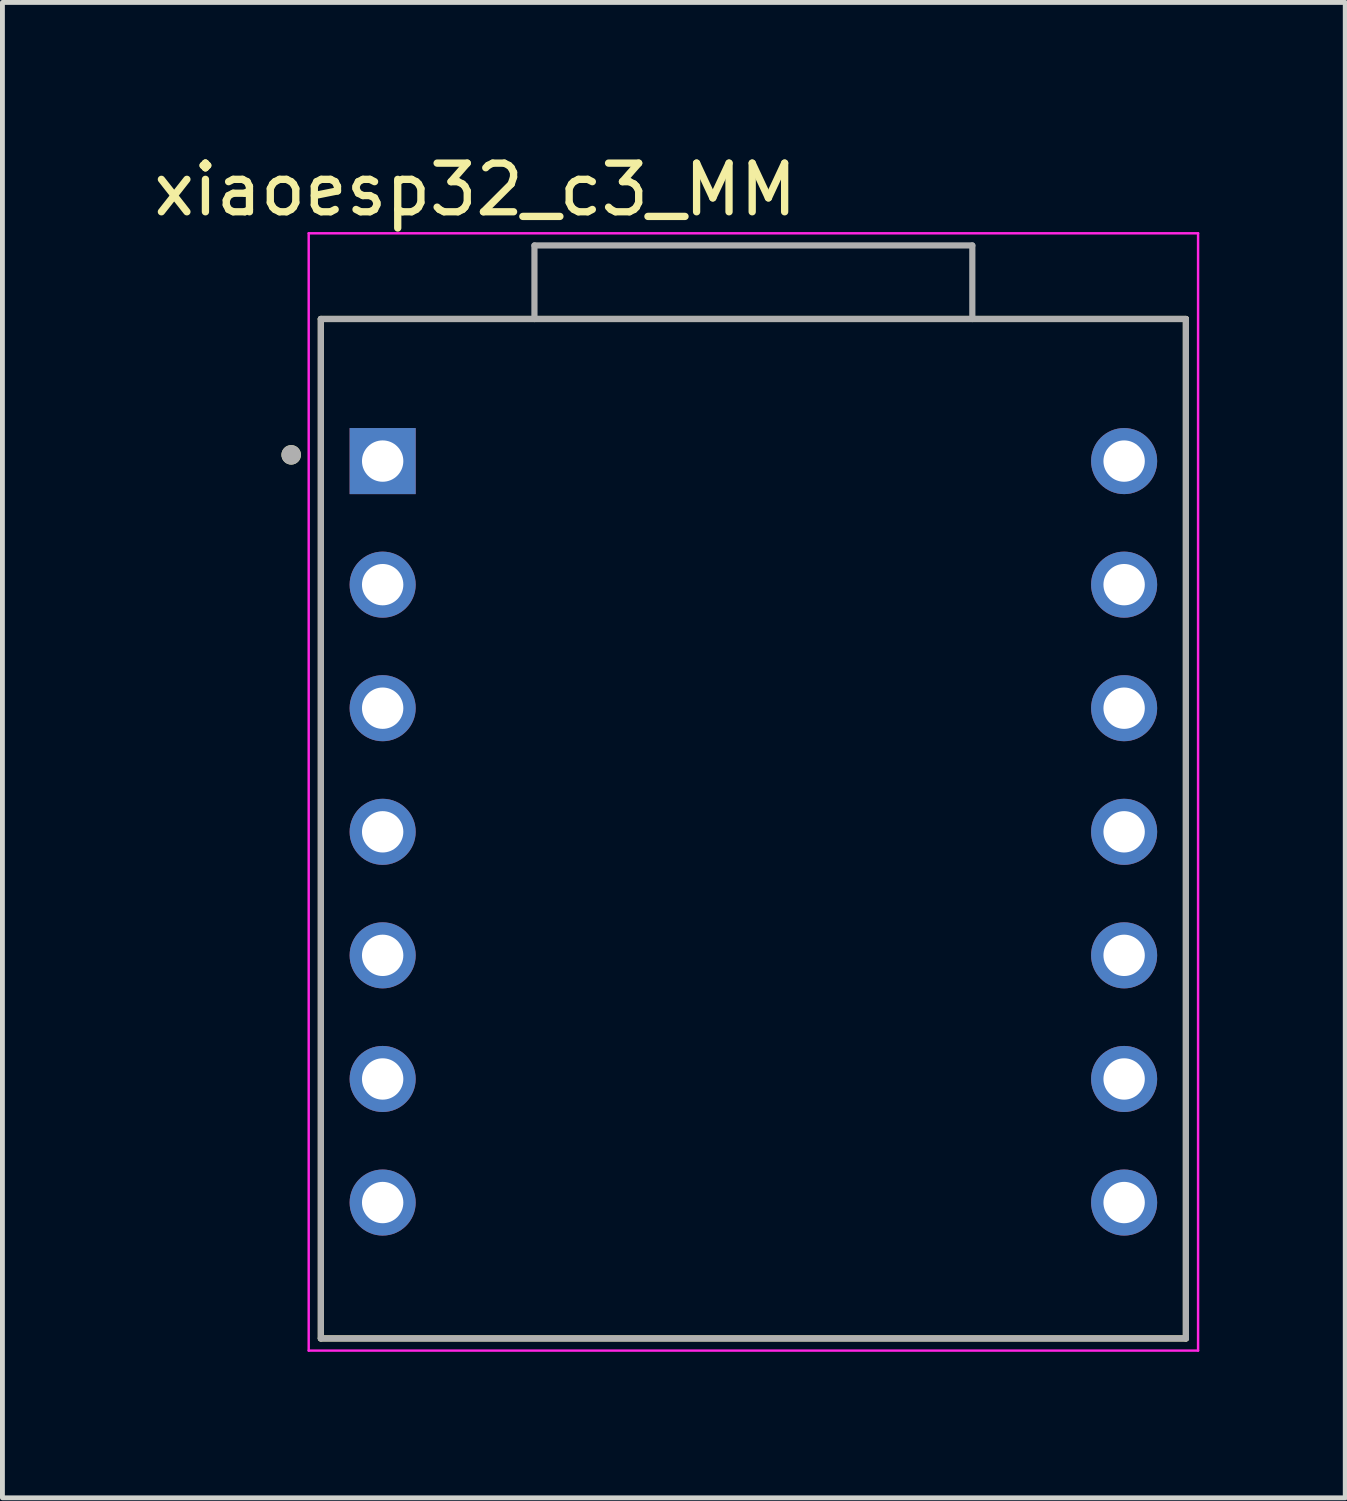
<source format=kicad_pcb>
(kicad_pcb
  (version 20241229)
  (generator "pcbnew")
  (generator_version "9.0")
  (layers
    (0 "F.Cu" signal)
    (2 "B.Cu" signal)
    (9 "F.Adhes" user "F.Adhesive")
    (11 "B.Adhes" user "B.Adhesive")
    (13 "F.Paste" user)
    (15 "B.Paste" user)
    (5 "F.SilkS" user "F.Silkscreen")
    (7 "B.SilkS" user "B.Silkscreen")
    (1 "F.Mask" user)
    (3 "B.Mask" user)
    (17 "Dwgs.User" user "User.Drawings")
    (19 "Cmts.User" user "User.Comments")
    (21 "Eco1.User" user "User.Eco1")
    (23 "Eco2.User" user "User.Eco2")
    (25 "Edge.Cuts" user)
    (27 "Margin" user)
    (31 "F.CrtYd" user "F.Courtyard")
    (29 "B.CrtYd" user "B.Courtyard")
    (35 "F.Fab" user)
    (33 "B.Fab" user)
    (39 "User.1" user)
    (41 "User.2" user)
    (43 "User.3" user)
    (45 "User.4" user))
  (footprint "xiaoesp32_c3_MM"
    (layer "F.Cu")
    (at 12.435 13.983)
    (property "Reference" "xiaoesp32_c3_MM" (at -5.715 -13.135 0) (layer "F.SilkS") (effects (font (size 1 1) (thickness 0.15))))
    (attr through_hole)
    (fp_line (start -8.89 -10.477) (end 8.89 -10.477) (stroke (width 0.127) (type solid)) (layer "F.SilkS"))
    (fp_line (start -8.89 10.477) (end -8.89 -10.477) (stroke (width 0.127) (type solid)) (layer "F.SilkS"))
    (fp_line (start 8.89 -10.477) (end 8.89 10.477) (stroke (width 0.127) (type solid)) (layer "F.SilkS"))
    (fp_line (start 8.89 10.477) (end -8.89 10.477) (stroke (width 0.127) (type solid)) (layer "F.SilkS"))
    (fp_circle (center -9.5 -7.684) (end -9.4 -7.684) (stroke (width 0.2) (type solid)) (fill no) (layer "F.SilkS"))
    (fp_line (start -9.14 -12.238) (end -9.14 10.727) (stroke (width 0.05) (type solid)) (layer "F.CrtYd"))
    (fp_line (start -9.14 10.727) (end 9.14 10.727) (stroke (width 0.05) (type solid)) (layer "F.CrtYd"))
    (fp_line (start 9.14 -12.238) (end -9.14 -12.238) (stroke (width 0.05) (type solid)) (layer "F.CrtYd"))
    (fp_line (start 9.14 10.727) (end 9.14 -12.238) (stroke (width 0.05) (type solid)) (layer "F.CrtYd"))
    (fp_line (start -8.89 -10.477) (end -4.5 -10.477) (stroke (width 0.127) (type solid)) (layer "F.Fab"))
    (fp_line (start -8.89 10.477) (end -8.89 -10.477) (stroke (width 0.127) (type solid)) (layer "F.Fab"))
    (fp_line (start -4.5 -11.988) (end 4.5 -11.988) (stroke (width 0.127) (type solid)) (layer "F.Fab"))
    (fp_line (start -4.5 -10.477) (end -4.5 -11.988) (stroke (width 0.127) (type solid)) (layer "F.Fab"))
    (fp_line (start -4.5 -10.477) (end 4.5 -10.477) (stroke (width 0.127) (type solid)) (layer "F.Fab"))
    (fp_line (start 4.5 -11.988) (end 4.5 -10.477) (stroke (width 0.127) (type solid)) (layer "F.Fab"))
    (fp_line (start 4.5 -10.477) (end 8.89 -10.477) (stroke (width 0.127) (type solid)) (layer "F.Fab"))
    (fp_line (start 8.89 -10.477) (end 8.89 10.477) (stroke (width 0.127) (type solid)) (layer "F.Fab"))
    (fp_line (start 8.89 10.477) (end -8.89 10.477) (stroke (width 0.127) (type solid)) (layer "F.Fab"))
    (fp_circle (center -9.5 -7.684) (end -9.4 -7.684) (stroke (width 0.2) (type solid)) (fill no) (layer "F.Fab"))
    (pad "1" thru_hole rect (at -7.62 -7.556) (size 1.358 1.358) (drill 0.85) (layers "*.Cu" "*.Mask"))
    (pad "2" thru_hole circle (at -7.62 -5.016) (size 1.358 1.358) (drill 0.85) (layers "*.Cu" "*.Mask"))
    (pad "3" thru_hole circle (at -7.62 -2.477) (size 1.358 1.358) (drill 0.85) (layers "*.Cu" "*.Mask"))
    (pad "4" thru_hole circle (at -7.62 0.064) (size 1.358 1.358) (drill 0.85) (layers "*.Cu" "*.Mask"))
    (pad "5" thru_hole circle (at -7.62 2.603) (size 1.358 1.358) (drill 0.85) (layers "*.Cu" "*.Mask"))
    (pad "6" thru_hole circle (at -7.62 5.144) (size 1.358 1.358) (drill 0.85) (layers "*.Cu" "*.Mask"))
    (pad "7" thru_hole circle (at -7.62 7.684) (size 1.358 1.358) (drill 0.85) (layers "*.Cu" "*.Mask"))
    (pad "8" thru_hole circle (at 7.62 7.684) (size 1.358 1.358) (drill 0.85) (layers "*.Cu" "*.Mask"))
    (pad "9" thru_hole circle (at 7.62 5.144) (size 1.358 1.358) (drill 0.85) (layers "*.Cu" "*.Mask"))
    (pad "10" thru_hole circle (at 7.62 2.603) (size 1.358 1.358) (drill 0.85) (layers "*.Cu" "*.Mask"))
    (pad "11" thru_hole circle (at 7.62 0.064) (size 1.358 1.358) (drill 0.85) (layers "*.Cu" "*.Mask"))
    (pad "12" thru_hole circle (at 7.62 -2.477) (size 1.358 1.358) (drill 0.85) (layers "*.Cu" "*.Mask"))
    (pad "13" thru_hole circle (at 7.62 -5.016) (size 1.358 1.358) (drill 0.85) (layers "*.Cu" "*.Mask"))
    (pad "14" thru_hole circle (at 7.62 -7.556) (size 1.358 1.358) (drill 0.85) (layers "*.Cu" "*.Mask")))
  (gr_rect
    (start -3 -3)
    (end 24.6 27.736)
    (stroke (width 0.1) (type default))
    (fill no)
    (layer "Edge.Cuts")))
</source>
